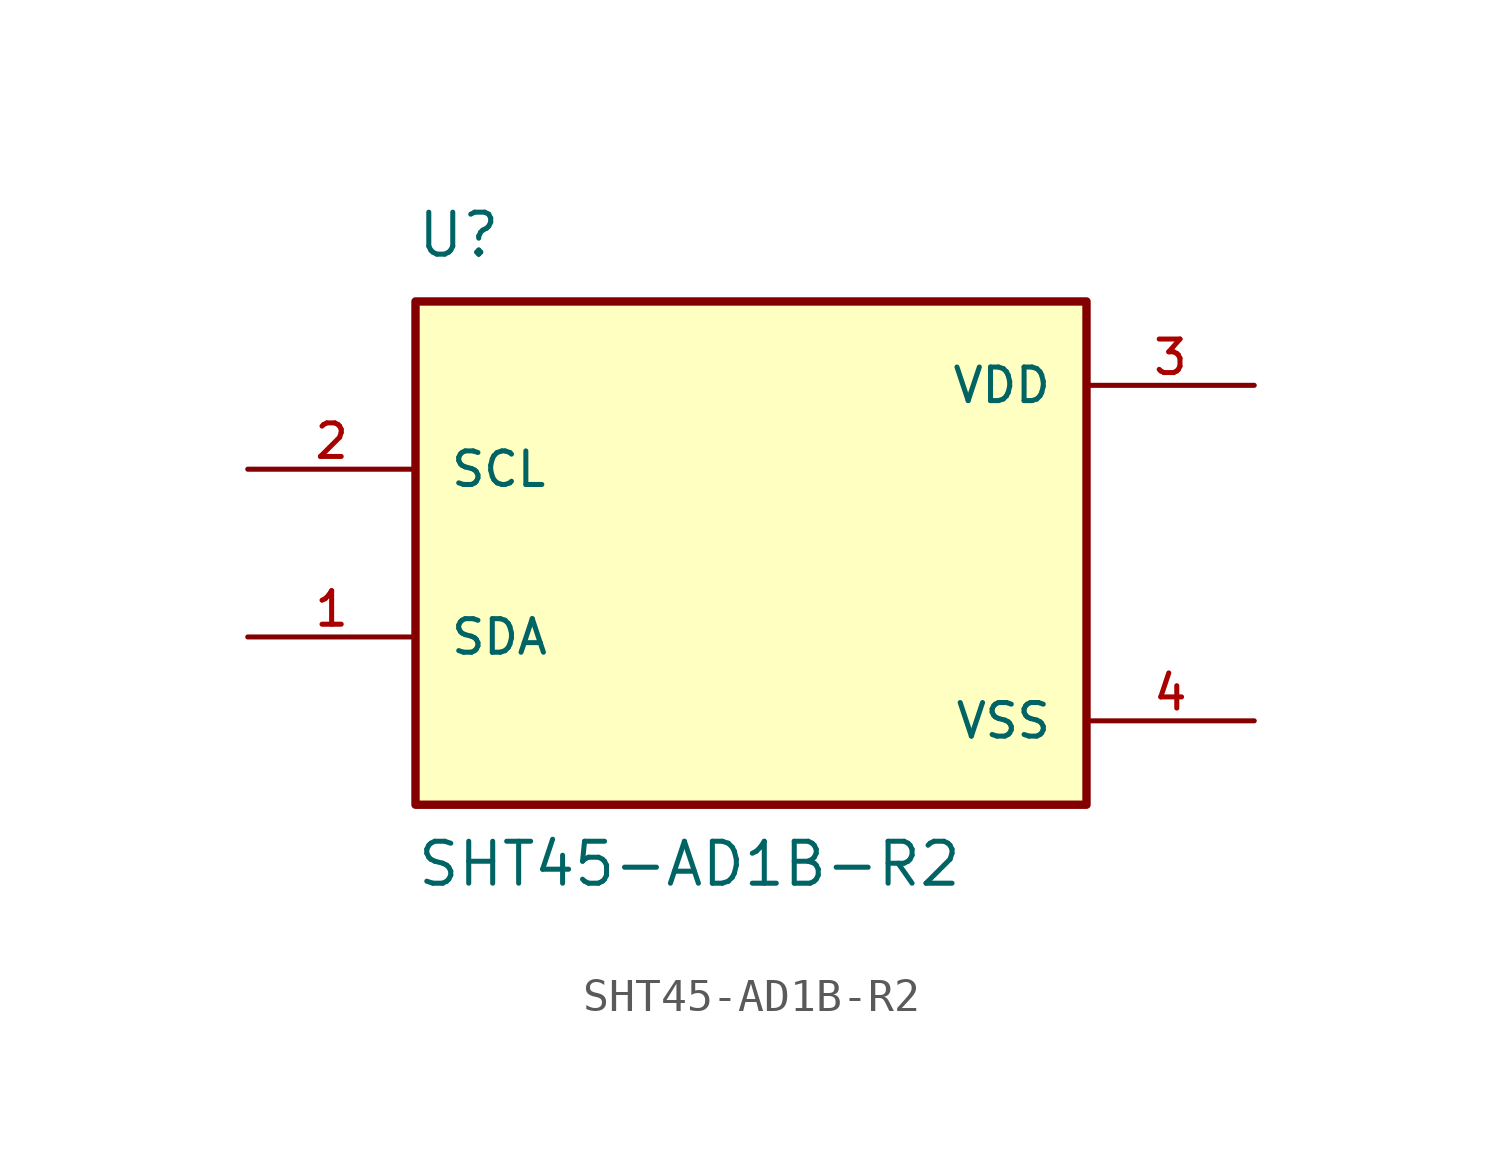
<source format=kicad_sym>
(kicad_symbol_lib
  (version 20211014)
  (generator kicad_symbol_editor)
  (symbol "SHT45-AD1B-R2"
    (pin_names
      (offset 1.016))
    (property "Reference" "U"
      (at -10.16 8.89 0)
      (effects (font (size 1.27 1.27)) (justify bottom left)))
    (property "Value" "SHT45-AD1B-R2"
      (at -10.16 -10.16 0)
      (effects (font (size 1.27 1.27)) (justify bottom left)))
    (symbol "SHT45-AD1B-R2_0_0"
      (rectangle (start -10.16 -7.62) (end 10.16 7.62) (stroke (width 0.254)) (fill (type background)))
      (pin input line (at -15.24 2.54 0) (length 5.08) (name "SCL" (effects (font (size 1.016 1.016)))) (number "2" (effects (font (size 1.016 1.016)))))
      (pin bidirectional line (at -15.24 -2.54 0) (length 5.08) (name "SDA" (effects (font (size 1.016 1.016)))) (number "1" (effects (font (size 1.016 1.016)))))
      (pin power_in line (at 15.24 5.08 180.0) (length 5.08) (name "VDD" (effects (font (size 1.016 1.016)))) (number "3" (effects (font (size 1.016 1.016)))))
      (pin power_in line (at 15.24 -5.08 180.0) (length 5.08) (name "VSS" (effects (font (size 1.016 1.016)))) (number "4" (effects (font (size 1.016 1.016))))))))
</source>
